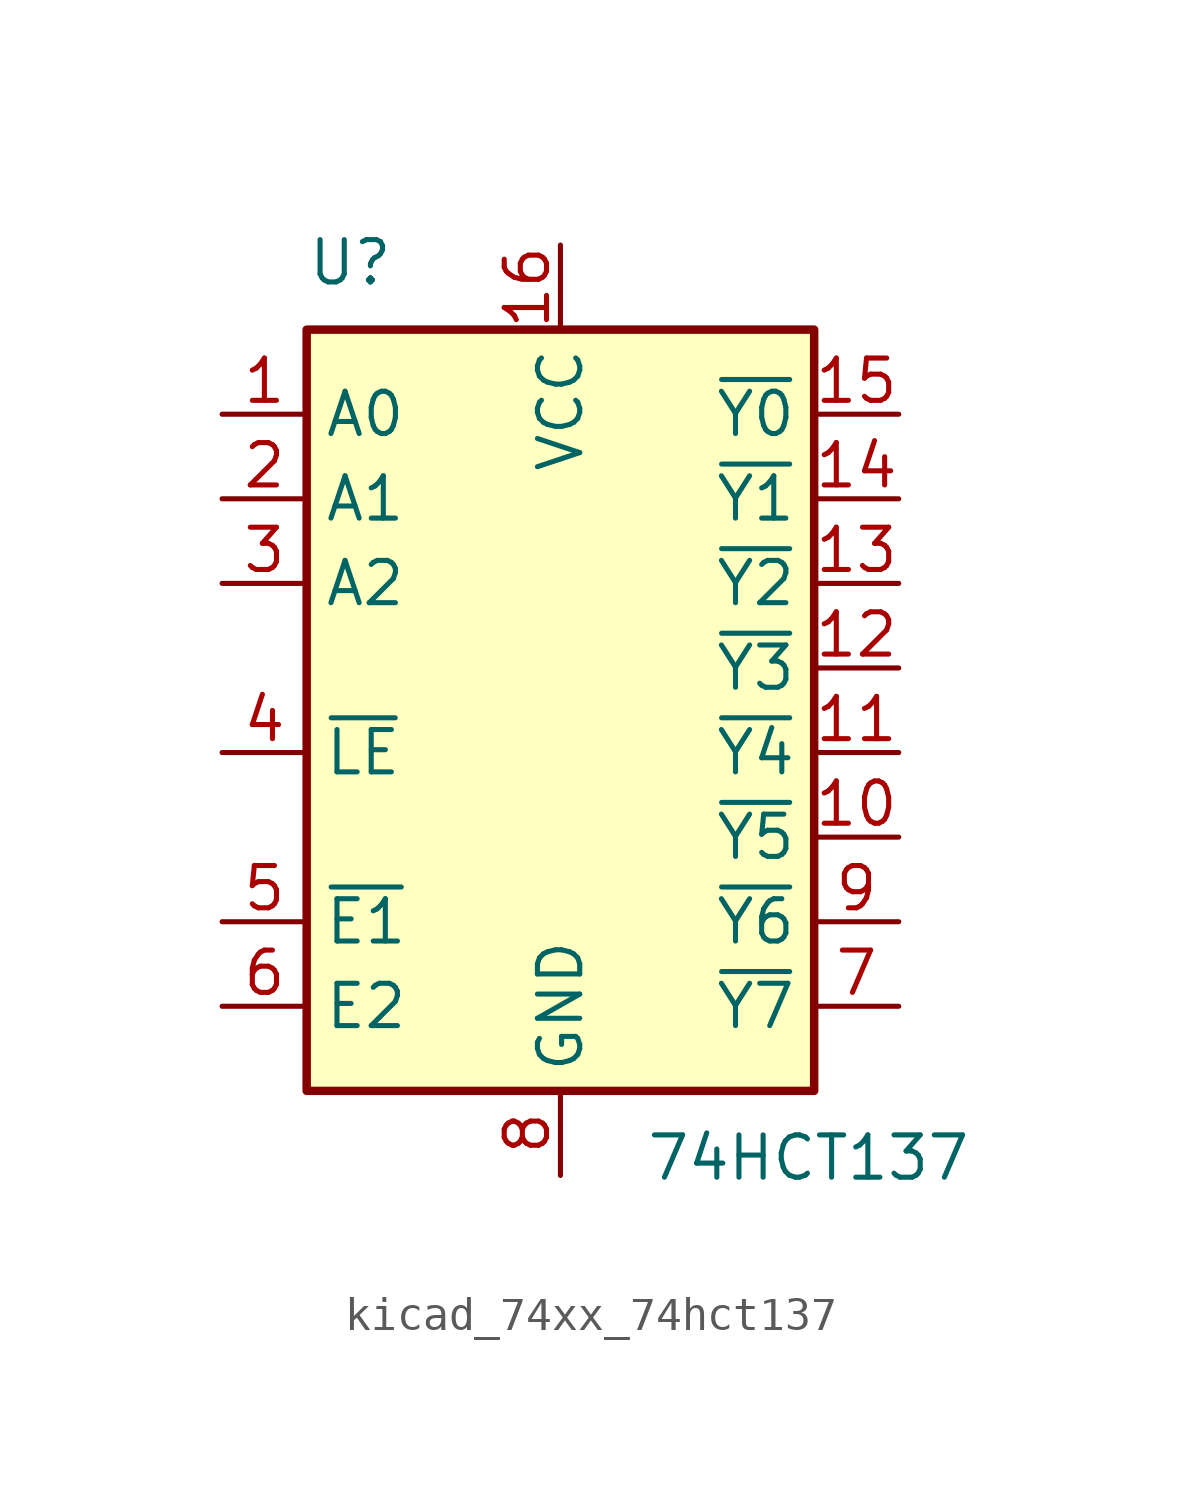
<source format=kicad_sym>
(kicad_symbol_lib
  (version 20220914)
  (generator kicad_symbol_editor)
  (symbol "kicad_74xx_74hct137"
    (property "Reference" "U"
      (at -7.62 13.97 0)
      (effects (font (size 1.27 1.27)) (justify left bottom)))
    (property "Value" "74HCT137"
      (at 2.54 -11.43 0)
      (effects (font (size 1.27 1.27)) (justify left top)))
    (symbol "kicad_74xx_74hct137_0_1"
      (rectangle (start -7.62 12.7) (end 7.62 -10.16) (stroke (width 0.254) (type default)) (fill (type background))))
    (symbol "kicad_74xx_74hct137_1_1"
      (pin input line (at -10.16 10.16 0) (length 2.54) (name "A0" (effects (font (size 1.27 1.27)))) (number "1" (effects (font (size 1.27 1.27)))))
      (pin output line (at 10.16 -2.54 180) (length 2.54) (name "~{Y5}" (effects (font (size 1.27 1.27)))) (number "10" (effects (font (size 1.27 1.27)))))
      (pin output line (at 10.16 0 180) (length 2.54) (name "~{Y4}" (effects (font (size 1.27 1.27)))) (number "11" (effects (font (size 1.27 1.27)))))
      (pin output line (at 10.16 2.54 180) (length 2.54) (name "~{Y3}" (effects (font (size 1.27 1.27)))) (number "12" (effects (font (size 1.27 1.27)))))
      (pin output line (at 10.16 5.08 180) (length 2.54) (name "~{Y2}" (effects (font (size 1.27 1.27)))) (number "13" (effects (font (size 1.27 1.27)))))
      (pin output line (at 10.16 7.62 180) (length 2.54) (name "~{Y1}" (effects (font (size 1.27 1.27)))) (number "14" (effects (font (size 1.27 1.27)))))
      (pin output line (at 10.16 10.16 180) (length 2.54) (name "~{Y0}" (effects (font (size 1.27 1.27)))) (number "15" (effects (font (size 1.27 1.27)))))
      (pin power_in line (at 0 15.24 270) (length 2.54) (name "VCC" (effects (font (size 1.27 1.27)))) (number "16" (effects (font (size 1.27 1.27)))))
      (pin input line (at -10.16 7.62 0) (length 2.54) (name "A1" (effects (font (size 1.27 1.27)))) (number "2" (effects (font (size 1.27 1.27)))))
      (pin input line (at -10.16 5.08 0) (length 2.54) (name "A2" (effects (font (size 1.27 1.27)))) (number "3" (effects (font (size 1.27 1.27)))))
      (pin input line (at -10.16 0 0) (length 2.54) (name "~{LE}" (effects (font (size 1.27 1.27)))) (number "4" (effects (font (size 1.27 1.27)))))
      (pin input line (at -10.16 -5.08 0) (length 2.54) (name "~{E1}" (effects (font (size 1.27 1.27)))) (number "5" (effects (font (size 1.27 1.27)))))
      (pin input line (at -10.16 -7.62 0) (length 2.54) (name "E2" (effects (font (size 1.27 1.27)))) (number "6" (effects (font (size 1.27 1.27)))))
      (pin output line (at 10.16 -7.62 180) (length 2.54) (name "~{Y7}" (effects (font (size 1.27 1.27)))) (number "7" (effects (font (size 1.27 1.27)))))
      (pin power_in line (at 0 -12.7 90) (length 2.54) (name "GND" (effects (font (size 1.27 1.27)))) (number "8" (effects (font (size 1.27 1.27)))))
      (pin output line (at 10.16 -5.08 180) (length 2.54) (name "~{Y6}" (effects (font (size 1.27 1.27)))) (number "9" (effects (font (size 1.27 1.27))))))))
</source>
